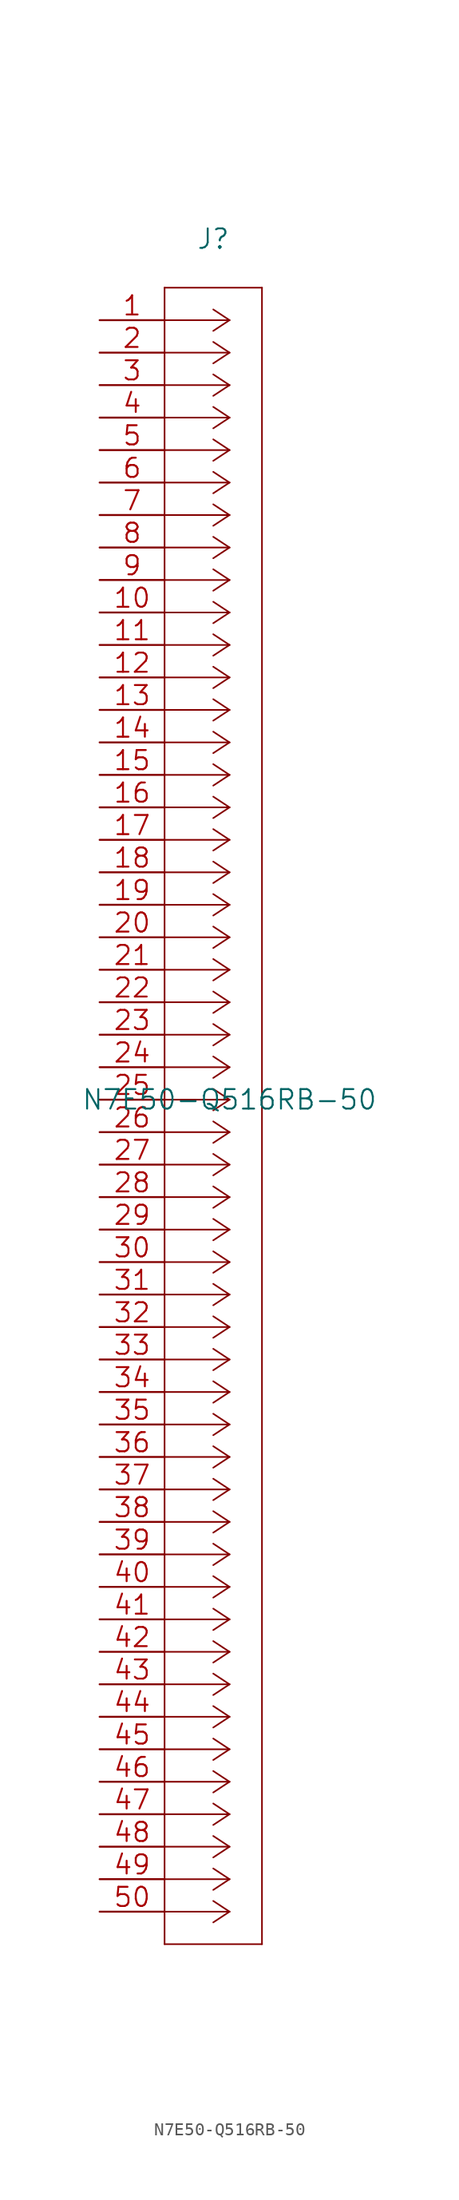
<source format=kicad_sym>
(kicad_symbol_lib
  (version 20220914)
  (generator kicad_symbol_editor)
  (symbol "N7E50-Q516RB-50"
    (pin_names
      (offset 0.254) hide)
    (property "Reference" "J"
      (at 8.89 6.35 0)
      (effects (font (size 1.524 1.524))))
    (property "Value" "N7E50-Q516RB-50"
      (at 10.16 -60.96 0)
      (effects (font (size 1.524 1.524))))
    (property "Datasheet" ""
      (at 0 0 0)
      (effects (font (size 1.524 1.524))))
    (property "ki_locked" ""
      (at 0 0 0)
      (effects (font (size 1.27 1.27))))
    (symbol "N7E50-Q516RB-50_1_1"
      (polyline (pts (xy 5.08 -127) (xy 12.7 -127)) (stroke (width 0.127) (type solid)) (fill (type none)))
      (polyline (pts (xy 5.08 2.54) (xy 5.08 -127)) (stroke (width 0.127) (type solid)) (fill (type none)))
      (polyline (pts (xy 10.16 -124.46) (xy 5.08 -124.46)) (stroke (width 0.127) (type solid)) (fill (type none)))
      (polyline (pts (xy 10.16 -124.46) (xy 8.89 -125.298)) (stroke (width 0.127) (type solid)) (fill (type none)))
      (polyline (pts (xy 10.16 -124.46) (xy 8.89 -123.622)) (stroke (width 0.127) (type solid)) (fill (type none)))
      (polyline (pts (xy 10.16 -121.92) (xy 5.08 -121.92)) (stroke (width 0.127) (type solid)) (fill (type none)))
      (polyline (pts (xy 10.16 -121.92) (xy 8.89 -122.758)) (stroke (width 0.127) (type solid)) (fill (type none)))
      (polyline (pts (xy 10.16 -121.92) (xy 8.89 -121.082)) (stroke (width 0.127) (type solid)) (fill (type none)))
      (polyline (pts (xy 10.16 -119.38) (xy 5.08 -119.38)) (stroke (width 0.127) (type solid)) (fill (type none)))
      (polyline (pts (xy 10.16 -119.38) (xy 8.89 -120.218)) (stroke (width 0.127) (type solid)) (fill (type none)))
      (polyline (pts (xy 10.16 -119.38) (xy 8.89 -118.542)) (stroke (width 0.127) (type solid)) (fill (type none)))
      (polyline (pts (xy 10.16 -116.84) (xy 5.08 -116.84)) (stroke (width 0.127) (type solid)) (fill (type none)))
      (polyline (pts (xy 10.16 -116.84) (xy 8.89 -117.678)) (stroke (width 0.127) (type solid)) (fill (type none)))
      (polyline (pts (xy 10.16 -116.84) (xy 8.89 -116.002)) (stroke (width 0.127) (type solid)) (fill (type none)))
      (polyline (pts (xy 10.16 -114.3) (xy 5.08 -114.3)) (stroke (width 0.127) (type solid)) (fill (type none)))
      (polyline (pts (xy 10.16 -114.3) (xy 8.89 -115.138)) (stroke (width 0.127) (type solid)) (fill (type none)))
      (polyline (pts (xy 10.16 -114.3) (xy 8.89 -113.462)) (stroke (width 0.127) (type solid)) (fill (type none)))
      (polyline (pts (xy 10.16 -111.76) (xy 5.08 -111.76)) (stroke (width 0.127) (type solid)) (fill (type none)))
      (polyline (pts (xy 10.16 -111.76) (xy 8.89 -112.598)) (stroke (width 0.127) (type solid)) (fill (type none)))
      (polyline (pts (xy 10.16 -111.76) (xy 8.89 -110.922)) (stroke (width 0.127) (type solid)) (fill (type none)))
      (polyline (pts (xy 10.16 -109.22) (xy 5.08 -109.22)) (stroke (width 0.127) (type solid)) (fill (type none)))
      (polyline (pts (xy 10.16 -109.22) (xy 8.89 -110.058)) (stroke (width 0.127) (type solid)) (fill (type none)))
      (polyline (pts (xy 10.16 -109.22) (xy 8.89 -108.382)) (stroke (width 0.127) (type solid)) (fill (type none)))
      (polyline (pts (xy 10.16 -106.68) (xy 5.08 -106.68)) (stroke (width 0.127) (type solid)) (fill (type none)))
      (polyline (pts (xy 10.16 -106.68) (xy 8.89 -107.518)) (stroke (width 0.127) (type solid)) (fill (type none)))
      (polyline (pts (xy 10.16 -106.68) (xy 8.89 -105.842)) (stroke (width 0.127) (type solid)) (fill (type none)))
      (polyline (pts (xy 10.16 -104.14) (xy 5.08 -104.14)) (stroke (width 0.127) (type solid)) (fill (type none)))
      (polyline (pts (xy 10.16 -104.14) (xy 8.89 -104.978)) (stroke (width 0.127) (type solid)) (fill (type none)))
      (polyline (pts (xy 10.16 -104.14) (xy 8.89 -103.302)) (stroke (width 0.127) (type solid)) (fill (type none)))
      (polyline (pts (xy 10.16 -101.6) (xy 5.08 -101.6)) (stroke (width 0.127) (type solid)) (fill (type none)))
      (polyline (pts (xy 10.16 -101.6) (xy 8.89 -102.438)) (stroke (width 0.127) (type solid)) (fill (type none)))
      (polyline (pts (xy 10.16 -101.6) (xy 8.89 -100.762)) (stroke (width 0.127) (type solid)) (fill (type none)))
      (polyline (pts (xy 10.16 -99.06) (xy 5.08 -99.06)) (stroke (width 0.127) (type solid)) (fill (type none)))
      (polyline (pts (xy 10.16 -99.06) (xy 8.89 -99.898)) (stroke (width 0.127) (type solid)) (fill (type none)))
      (polyline (pts (xy 10.16 -99.06) (xy 8.89 -98.222)) (stroke (width 0.127) (type solid)) (fill (type none)))
      (polyline (pts (xy 10.16 -96.52) (xy 5.08 -96.52)) (stroke (width 0.127) (type solid)) (fill (type none)))
      (polyline (pts (xy 10.16 -96.52) (xy 8.89 -97.358)) (stroke (width 0.127) (type solid)) (fill (type none)))
      (polyline (pts (xy 10.16 -96.52) (xy 8.89 -95.682)) (stroke (width 0.127) (type solid)) (fill (type none)))
      (polyline (pts (xy 10.16 -93.98) (xy 5.08 -93.98)) (stroke (width 0.127) (type solid)) (fill (type none)))
      (polyline (pts (xy 10.16 -93.98) (xy 8.89 -94.818)) (stroke (width 0.127) (type solid)) (fill (type none)))
      (polyline (pts (xy 10.16 -93.98) (xy 8.89 -93.142)) (stroke (width 0.127) (type solid)) (fill (type none)))
      (polyline (pts (xy 10.16 -91.44) (xy 5.08 -91.44)) (stroke (width 0.127) (type solid)) (fill (type none)))
      (polyline (pts (xy 10.16 -91.44) (xy 8.89 -92.278)) (stroke (width 0.127) (type solid)) (fill (type none)))
      (polyline (pts (xy 10.16 -91.44) (xy 8.89 -90.602)) (stroke (width 0.127) (type solid)) (fill (type none)))
      (polyline (pts (xy 10.16 -88.9) (xy 5.08 -88.9)) (stroke (width 0.127) (type solid)) (fill (type none)))
      (polyline (pts (xy 10.16 -88.9) (xy 8.89 -89.738)) (stroke (width 0.127) (type solid)) (fill (type none)))
      (polyline (pts (xy 10.16 -88.9) (xy 8.89 -88.062)) (stroke (width 0.127) (type solid)) (fill (type none)))
      (polyline (pts (xy 10.16 -86.36) (xy 5.08 -86.36)) (stroke (width 0.127) (type solid)) (fill (type none)))
      (polyline (pts (xy 10.16 -86.36) (xy 8.89 -87.198)) (stroke (width 0.127) (type solid)) (fill (type none)))
      (polyline (pts (xy 10.16 -86.36) (xy 8.89 -85.522)) (stroke (width 0.127) (type solid)) (fill (type none)))
      (polyline (pts (xy 10.16 -83.82) (xy 5.08 -83.82)) (stroke (width 0.127) (type solid)) (fill (type none)))
      (polyline (pts (xy 10.16 -83.82) (xy 8.89 -84.658)) (stroke (width 0.127) (type solid)) (fill (type none)))
      (polyline (pts (xy 10.16 -83.82) (xy 8.89 -82.982)) (stroke (width 0.127) (type solid)) (fill (type none)))
      (polyline (pts (xy 10.16 -81.28) (xy 5.08 -81.28)) (stroke (width 0.127) (type solid)) (fill (type none)))
      (polyline (pts (xy 10.16 -81.28) (xy 8.89 -82.118)) (stroke (width 0.127) (type solid)) (fill (type none)))
      (polyline (pts (xy 10.16 -81.28) (xy 8.89 -80.442)) (stroke (width 0.127) (type solid)) (fill (type none)))
      (polyline (pts (xy 10.16 -78.74) (xy 5.08 -78.74)) (stroke (width 0.127) (type solid)) (fill (type none)))
      (polyline (pts (xy 10.16 -78.74) (xy 8.89 -79.578)) (stroke (width 0.127) (type solid)) (fill (type none)))
      (polyline (pts (xy 10.16 -78.74) (xy 8.89 -77.902)) (stroke (width 0.127) (type solid)) (fill (type none)))
      (polyline (pts (xy 10.16 -76.2) (xy 5.08 -76.2)) (stroke (width 0.127) (type solid)) (fill (type none)))
      (polyline (pts (xy 10.16 -76.2) (xy 8.89 -77.038)) (stroke (width 0.127) (type solid)) (fill (type none)))
      (polyline (pts (xy 10.16 -76.2) (xy 8.89 -75.362)) (stroke (width 0.127) (type solid)) (fill (type none)))
      (polyline (pts (xy 10.16 -73.66) (xy 5.08 -73.66)) (stroke (width 0.127) (type solid)) (fill (type none)))
      (polyline (pts (xy 10.16 -73.66) (xy 8.89 -74.498)) (stroke (width 0.127) (type solid)) (fill (type none)))
      (polyline (pts (xy 10.16 -73.66) (xy 8.89 -72.822)) (stroke (width 0.127) (type solid)) (fill (type none)))
      (polyline (pts (xy 10.16 -71.12) (xy 5.08 -71.12)) (stroke (width 0.127) (type solid)) (fill (type none)))
      (polyline (pts (xy 10.16 -71.12) (xy 8.89 -71.958)) (stroke (width 0.127) (type solid)) (fill (type none)))
      (polyline (pts (xy 10.16 -71.12) (xy 8.89 -70.282)) (stroke (width 0.127) (type solid)) (fill (type none)))
      (polyline (pts (xy 10.16 -68.58) (xy 5.08 -68.58)) (stroke (width 0.127) (type solid)) (fill (type none)))
      (polyline (pts (xy 10.16 -68.58) (xy 8.89 -69.418)) (stroke (width 0.127) (type solid)) (fill (type none)))
      (polyline (pts (xy 10.16 -68.58) (xy 8.89 -67.742)) (stroke (width 0.127) (type solid)) (fill (type none)))
      (polyline (pts (xy 10.16 -66.04) (xy 5.08 -66.04)) (stroke (width 0.127) (type solid)) (fill (type none)))
      (polyline (pts (xy 10.16 -66.04) (xy 8.89 -66.878)) (stroke (width 0.127) (type solid)) (fill (type none)))
      (polyline (pts (xy 10.16 -66.04) (xy 8.89 -65.202)) (stroke (width 0.127) (type solid)) (fill (type none)))
      (polyline (pts (xy 10.16 -63.5) (xy 5.08 -63.5)) (stroke (width 0.127) (type solid)) (fill (type none)))
      (polyline (pts (xy 10.16 -63.5) (xy 8.89 -64.338)) (stroke (width 0.127) (type solid)) (fill (type none)))
      (polyline (pts (xy 10.16 -63.5) (xy 8.89 -62.662)) (stroke (width 0.127) (type solid)) (fill (type none)))
      (polyline (pts (xy 10.16 -60.96) (xy 5.08 -60.96)) (stroke (width 0.127) (type solid)) (fill (type none)))
      (polyline (pts (xy 10.16 -60.96) (xy 8.89 -61.798)) (stroke (width 0.127) (type solid)) (fill (type none)))
      (polyline (pts (xy 10.16 -60.96) (xy 8.89 -60.122)) (stroke (width 0.127) (type solid)) (fill (type none)))
      (polyline (pts (xy 10.16 -58.42) (xy 5.08 -58.42)) (stroke (width 0.127) (type solid)) (fill (type none)))
      (polyline (pts (xy 10.16 -58.42) (xy 8.89 -59.258)) (stroke (width 0.127) (type solid)) (fill (type none)))
      (polyline (pts (xy 10.16 -58.42) (xy 8.89 -57.582)) (stroke (width 0.127) (type solid)) (fill (type none)))
      (polyline (pts (xy 10.16 -55.88) (xy 5.08 -55.88)) (stroke (width 0.127) (type solid)) (fill (type none)))
      (polyline (pts (xy 10.16 -55.88) (xy 8.89 -56.718)) (stroke (width 0.127) (type solid)) (fill (type none)))
      (polyline (pts (xy 10.16 -55.88) (xy 8.89 -55.042)) (stroke (width 0.127) (type solid)) (fill (type none)))
      (polyline (pts (xy 10.16 -53.34) (xy 5.08 -53.34)) (stroke (width 0.127) (type solid)) (fill (type none)))
      (polyline (pts (xy 10.16 -53.34) (xy 8.89 -54.178)) (stroke (width 0.127) (type solid)) (fill (type none)))
      (polyline (pts (xy 10.16 -53.34) (xy 8.89 -52.502)) (stroke (width 0.127) (type solid)) (fill (type none)))
      (polyline (pts (xy 10.16 -50.8) (xy 5.08 -50.8)) (stroke (width 0.127) (type solid)) (fill (type none)))
      (polyline (pts (xy 10.16 -50.8) (xy 8.89 -51.638)) (stroke (width 0.127) (type solid)) (fill (type none)))
      (polyline (pts (xy 10.16 -50.8) (xy 8.89 -49.962)) (stroke (width 0.127) (type solid)) (fill (type none)))
      (polyline (pts (xy 10.16 -48.26) (xy 5.08 -48.26)) (stroke (width 0.127) (type solid)) (fill (type none)))
      (polyline (pts (xy 10.16 -48.26) (xy 8.89 -49.098)) (stroke (width 0.127) (type solid)) (fill (type none)))
      (polyline (pts (xy 10.16 -48.26) (xy 8.89 -47.422)) (stroke (width 0.127) (type solid)) (fill (type none)))
      (polyline (pts (xy 10.16 -45.72) (xy 5.08 -45.72)) (stroke (width 0.127) (type solid)) (fill (type none)))
      (polyline (pts (xy 10.16 -45.72) (xy 8.89 -46.558)) (stroke (width 0.127) (type solid)) (fill (type none)))
      (polyline (pts (xy 10.16 -45.72) (xy 8.89 -44.882)) (stroke (width 0.127) (type solid)) (fill (type none)))
      (polyline (pts (xy 10.16 -43.18) (xy 5.08 -43.18)) (stroke (width 0.127) (type solid)) (fill (type none)))
      (polyline (pts (xy 10.16 -43.18) (xy 8.89 -44.018)) (stroke (width 0.127) (type solid)) (fill (type none)))
      (polyline (pts (xy 10.16 -43.18) (xy 8.89 -42.342)) (stroke (width 0.127) (type solid)) (fill (type none)))
      (polyline (pts (xy 10.16 -40.64) (xy 5.08 -40.64)) (stroke (width 0.127) (type solid)) (fill (type none)))
      (polyline (pts (xy 10.16 -40.64) (xy 8.89 -41.478)) (stroke (width 0.127) (type solid)) (fill (type none)))
      (polyline (pts (xy 10.16 -40.64) (xy 8.89 -39.802)) (stroke (width 0.127) (type solid)) (fill (type none)))
      (polyline (pts (xy 10.16 -38.1) (xy 5.08 -38.1)) (stroke (width 0.127) (type solid)) (fill (type none)))
      (polyline (pts (xy 10.16 -38.1) (xy 8.89 -38.938)) (stroke (width 0.127) (type solid)) (fill (type none)))
      (polyline (pts (xy 10.16 -38.1) (xy 8.89 -37.262)) (stroke (width 0.127) (type solid)) (fill (type none)))
      (polyline (pts (xy 10.16 -35.56) (xy 5.08 -35.56)) (stroke (width 0.127) (type solid)) (fill (type none)))
      (polyline (pts (xy 10.16 -35.56) (xy 8.89 -36.398)) (stroke (width 0.127) (type solid)) (fill (type none)))
      (polyline (pts (xy 10.16 -35.56) (xy 8.89 -34.722)) (stroke (width 0.127) (type solid)) (fill (type none)))
      (polyline (pts (xy 10.16 -33.02) (xy 5.08 -33.02)) (stroke (width 0.127) (type solid)) (fill (type none)))
      (polyline (pts (xy 10.16 -33.02) (xy 8.89 -33.858)) (stroke (width 0.127) (type solid)) (fill (type none)))
      (polyline (pts (xy 10.16 -33.02) (xy 8.89 -32.182)) (stroke (width 0.127) (type solid)) (fill (type none)))
      (polyline (pts (xy 10.16 -30.48) (xy 5.08 -30.48)) (stroke (width 0.127) (type solid)) (fill (type none)))
      (polyline (pts (xy 10.16 -30.48) (xy 8.89 -31.318)) (stroke (width 0.127) (type solid)) (fill (type none)))
      (polyline (pts (xy 10.16 -30.48) (xy 8.89 -29.642)) (stroke (width 0.127) (type solid)) (fill (type none)))
      (polyline (pts (xy 10.16 -27.94) (xy 5.08 -27.94)) (stroke (width 0.127) (type solid)) (fill (type none)))
      (polyline (pts (xy 10.16 -27.94) (xy 8.89 -28.778)) (stroke (width 0.127) (type solid)) (fill (type none)))
      (polyline (pts (xy 10.16 -27.94) (xy 8.89 -27.102)) (stroke (width 0.127) (type solid)) (fill (type none)))
      (polyline (pts (xy 10.16 -25.4) (xy 5.08 -25.4)) (stroke (width 0.127) (type solid)) (fill (type none)))
      (polyline (pts (xy 10.16 -25.4) (xy 8.89 -26.238)) (stroke (width 0.127) (type solid)) (fill (type none)))
      (polyline (pts (xy 10.16 -25.4) (xy 8.89 -24.562)) (stroke (width 0.127) (type solid)) (fill (type none)))
      (polyline (pts (xy 10.16 -22.86) (xy 5.08 -22.86)) (stroke (width 0.127) (type solid)) (fill (type none)))
      (polyline (pts (xy 10.16 -22.86) (xy 8.89 -23.698)) (stroke (width 0.127) (type solid)) (fill (type none)))
      (polyline (pts (xy 10.16 -22.86) (xy 8.89 -22.022)) (stroke (width 0.127) (type solid)) (fill (type none)))
      (polyline (pts (xy 10.16 -20.32) (xy 5.08 -20.32)) (stroke (width 0.127) (type solid)) (fill (type none)))
      (polyline (pts (xy 10.16 -20.32) (xy 8.89 -21.158)) (stroke (width 0.127) (type solid)) (fill (type none)))
      (polyline (pts (xy 10.16 -20.32) (xy 8.89 -19.482)) (stroke (width 0.127) (type solid)) (fill (type none)))
      (polyline (pts (xy 10.16 -17.78) (xy 5.08 -17.78)) (stroke (width 0.127) (type solid)) (fill (type none)))
      (polyline (pts (xy 10.16 -17.78) (xy 8.89 -18.618)) (stroke (width 0.127) (type solid)) (fill (type none)))
      (polyline (pts (xy 10.16 -17.78) (xy 8.89 -16.942)) (stroke (width 0.127) (type solid)) (fill (type none)))
      (polyline (pts (xy 10.16 -15.24) (xy 5.08 -15.24)) (stroke (width 0.127) (type solid)) (fill (type none)))
      (polyline (pts (xy 10.16 -15.24) (xy 8.89 -16.078)) (stroke (width 0.127) (type solid)) (fill (type none)))
      (polyline (pts (xy 10.16 -15.24) (xy 8.89 -14.402)) (stroke (width 0.127) (type solid)) (fill (type none)))
      (polyline (pts (xy 10.16 -12.7) (xy 5.08 -12.7)) (stroke (width 0.127) (type solid)) (fill (type none)))
      (polyline (pts (xy 10.16 -12.7) (xy 8.89 -13.538)) (stroke (width 0.127) (type solid)) (fill (type none)))
      (polyline (pts (xy 10.16 -12.7) (xy 8.89 -11.862)) (stroke (width 0.127) (type solid)) (fill (type none)))
      (polyline (pts (xy 10.16 -10.16) (xy 5.08 -10.16)) (stroke (width 0.127) (type solid)) (fill (type none)))
      (polyline (pts (xy 10.16 -10.16) (xy 8.89 -10.998)) (stroke (width 0.127) (type solid)) (fill (type none)))
      (polyline (pts (xy 10.16 -10.16) (xy 8.89 -9.322)) (stroke (width 0.127) (type solid)) (fill (type none)))
      (polyline (pts (xy 10.16 -7.62) (xy 5.08 -7.62)) (stroke (width 0.127) (type solid)) (fill (type none)))
      (polyline (pts (xy 10.16 -7.62) (xy 8.89 -8.458)) (stroke (width 0.127) (type solid)) (fill (type none)))
      (polyline (pts (xy 10.16 -7.62) (xy 8.89 -6.782)) (stroke (width 0.127) (type solid)) (fill (type none)))
      (polyline (pts (xy 10.16 -5.08) (xy 5.08 -5.08)) (stroke (width 0.127) (type solid)) (fill (type none)))
      (polyline (pts (xy 10.16 -5.08) (xy 8.89 -5.918)) (stroke (width 0.127) (type solid)) (fill (type none)))
      (polyline (pts (xy 10.16 -5.08) (xy 8.89 -4.242)) (stroke (width 0.127) (type solid)) (fill (type none)))
      (polyline (pts (xy 10.16 -2.54) (xy 5.08 -2.54)) (stroke (width 0.127) (type solid)) (fill (type none)))
      (polyline (pts (xy 10.16 -2.54) (xy 8.89 -3.378)) (stroke (width 0.127) (type solid)) (fill (type none)))
      (polyline (pts (xy 10.16 -2.54) (xy 8.89 -1.702)) (stroke (width 0.127) (type solid)) (fill (type none)))
      (polyline (pts (xy 10.16 0) (xy 5.08 0)) (stroke (width 0.127) (type solid)) (fill (type none)))
      (polyline (pts (xy 10.16 0) (xy 8.89 -0.838)) (stroke (width 0.127) (type solid)) (fill (type none)))
      (polyline (pts (xy 10.16 0) (xy 8.89 0.838)) (stroke (width 0.127) (type solid)) (fill (type none)))
      (polyline (pts (xy 12.7 -127) (xy 12.7 2.54)) (stroke (width 0.127) (type solid)) (fill (type none)))
      (polyline (pts (xy 12.7 2.54) (xy 5.08 2.54)) (stroke (width 0.127) (type solid)) (fill (type none)))
      (pin passive line (at 0 0 0) (length 5.08) (name "1" (effects (font (size 1.499 1.499)))) (number "1" (effects (font (size 1.499 1.499)))))
      (pin passive line (at 0 -22.86 0) (length 5.08) (name "10" (effects (font (size 1.499 1.499)))) (number "10" (effects (font (size 1.499 1.499)))))
      (pin passive line (at 0 -25.4 0) (length 5.08) (name "11" (effects (font (size 1.499 1.499)))) (number "11" (effects (font (size 1.499 1.499)))))
      (pin passive line (at 0 -27.94 0) (length 5.08) (name "12" (effects (font (size 1.499 1.499)))) (number "12" (effects (font (size 1.499 1.499)))))
      (pin passive line (at 0 -30.48 0) (length 5.08) (name "13" (effects (font (size 1.499 1.499)))) (number "13" (effects (font (size 1.499 1.499)))))
      (pin passive line (at 0 -33.02 0) (length 5.08) (name "14" (effects (font (size 1.499 1.499)))) (number "14" (effects (font (size 1.499 1.499)))))
      (pin passive line (at 0 -35.56 0) (length 5.08) (name "15" (effects (font (size 1.499 1.499)))) (number "15" (effects (font (size 1.499 1.499)))))
      (pin passive line (at 0 -38.1 0) (length 5.08) (name "16" (effects (font (size 1.499 1.499)))) (number "16" (effects (font (size 1.499 1.499)))))
      (pin passive line (at 0 -40.64 0) (length 5.08) (name "17" (effects (font (size 1.499 1.499)))) (number "17" (effects (font (size 1.499 1.499)))))
      (pin passive line (at 0 -43.18 0) (length 5.08) (name "18" (effects (font (size 1.499 1.499)))) (number "18" (effects (font (size 1.499 1.499)))))
      (pin passive line (at 0 -45.72 0) (length 5.08) (name "19" (effects (font (size 1.499 1.499)))) (number "19" (effects (font (size 1.499 1.499)))))
      (pin passive line (at 0 -2.54 0) (length 5.08) (name "2" (effects (font (size 1.499 1.499)))) (number "2" (effects (font (size 1.499 1.499)))))
      (pin passive line (at 0 -48.26 0) (length 5.08) (name "20" (effects (font (size 1.499 1.499)))) (number "20" (effects (font (size 1.499 1.499)))))
      (pin passive line (at 0 -50.8 0) (length 5.08) (name "21" (effects (font (size 1.499 1.499)))) (number "21" (effects (font (size 1.499 1.499)))))
      (pin passive line (at 0 -53.34 0) (length 5.08) (name "22" (effects (font (size 1.499 1.499)))) (number "22" (effects (font (size 1.499 1.499)))))
      (pin passive line (at 0 -55.88 0) (length 5.08) (name "23" (effects (font (size 1.499 1.499)))) (number "23" (effects (font (size 1.499 1.499)))))
      (pin passive line (at 0 -58.42 0) (length 5.08) (name "24" (effects (font (size 1.499 1.499)))) (number "24" (effects (font (size 1.499 1.499)))))
      (pin passive line (at 0 -60.96 0) (length 5.08) (name "25" (effects (font (size 1.499 1.499)))) (number "25" (effects (font (size 1.499 1.499)))))
      (pin passive line (at 0 -63.5 0) (length 5.08) (name "26" (effects (font (size 1.499 1.499)))) (number "26" (effects (font (size 1.499 1.499)))))
      (pin passive line (at 0 -66.04 0) (length 5.08) (name "27" (effects (font (size 1.499 1.499)))) (number "27" (effects (font (size 1.499 1.499)))))
      (pin passive line (at 0 -68.58 0) (length 5.08) (name "28" (effects (font (size 1.499 1.499)))) (number "28" (effects (font (size 1.499 1.499)))))
      (pin passive line (at 0 -71.12 0) (length 5.08) (name "29" (effects (font (size 1.499 1.499)))) (number "29" (effects (font (size 1.499 1.499)))))
      (pin passive line (at 0 -5.08 0) (length 5.08) (name "3" (effects (font (size 1.499 1.499)))) (number "3" (effects (font (size 1.499 1.499)))))
      (pin passive line (at 0 -73.66 0) (length 5.08) (name "30" (effects (font (size 1.499 1.499)))) (number "30" (effects (font (size 1.499 1.499)))))
      (pin passive line (at 0 -76.2 0) (length 5.08) (name "31" (effects (font (size 1.499 1.499)))) (number "31" (effects (font (size 1.499 1.499)))))
      (pin passive line (at 0 -78.74 0) (length 5.08) (name "32" (effects (font (size 1.499 1.499)))) (number "32" (effects (font (size 1.499 1.499)))))
      (pin passive line (at 0 -81.28 0) (length 5.08) (name "33" (effects (font (size 1.499 1.499)))) (number "33" (effects (font (size 1.499 1.499)))))
      (pin passive line (at 0 -83.82 0) (length 5.08) (name "34" (effects (font (size 1.499 1.499)))) (number "34" (effects (font (size 1.499 1.499)))))
      (pin passive line (at 0 -86.36 0) (length 5.08) (name "35" (effects (font (size 1.499 1.499)))) (number "35" (effects (font (size 1.499 1.499)))))
      (pin passive line (at 0 -88.9 0) (length 5.08) (name "36" (effects (font (size 1.499 1.499)))) (number "36" (effects (font (size 1.499 1.499)))))
      (pin passive line (at 0 -91.44 0) (length 5.08) (name "37" (effects (font (size 1.499 1.499)))) (number "37" (effects (font (size 1.499 1.499)))))
      (pin passive line (at 0 -93.98 0) (length 5.08) (name "38" (effects (font (size 1.499 1.499)))) (number "38" (effects (font (size 1.499 1.499)))))
      (pin passive line (at 0 -96.52 0) (length 5.08) (name "39" (effects (font (size 1.499 1.499)))) (number "39" (effects (font (size 1.499 1.499)))))
      (pin passive line (at 0 -7.62 0) (length 5.08) (name "4" (effects (font (size 1.499 1.499)))) (number "4" (effects (font (size 1.499 1.499)))))
      (pin passive line (at 0 -99.06 0) (length 5.08) (name "40" (effects (font (size 1.499 1.499)))) (number "40" (effects (font (size 1.499 1.499)))))
      (pin passive line (at 0 -101.6 0) (length 5.08) (name "41" (effects (font (size 1.499 1.499)))) (number "41" (effects (font (size 1.499 1.499)))))
      (pin passive line (at 0 -104.14 0) (length 5.08) (name "42" (effects (font (size 1.499 1.499)))) (number "42" (effects (font (size 1.499 1.499)))))
      (pin passive line (at 0 -106.68 0) (length 5.08) (name "43" (effects (font (size 1.499 1.499)))) (number "43" (effects (font (size 1.499 1.499)))))
      (pin passive line (at 0 -109.22 0) (length 5.08) (name "44" (effects (font (size 1.499 1.499)))) (number "44" (effects (font (size 1.499 1.499)))))
      (pin passive line (at 0 -111.76 0) (length 5.08) (name "45" (effects (font (size 1.499 1.499)))) (number "45" (effects (font (size 1.499 1.499)))))
      (pin passive line (at 0 -114.3 0) (length 5.08) (name "46" (effects (font (size 1.499 1.499)))) (number "46" (effects (font (size 1.499 1.499)))))
      (pin passive line (at 0 -116.84 0) (length 5.08) (name "47" (effects (font (size 1.499 1.499)))) (number "47" (effects (font (size 1.499 1.499)))))
      (pin passive line (at 0 -119.38 0) (length 5.08) (name "48" (effects (font (size 1.499 1.499)))) (number "48" (effects (font (size 1.499 1.499)))))
      (pin passive line (at 0 -121.92 0) (length 5.08) (name "49" (effects (font (size 1.499 1.499)))) (number "49" (effects (font (size 1.499 1.499)))))
      (pin passive line (at 0 -10.16 0) (length 5.08) (name "5" (effects (font (size 1.499 1.499)))) (number "5" (effects (font (size 1.499 1.499)))))
      (pin passive line (at 0 -124.46 0) (length 5.08) (name "50" (effects (font (size 1.499 1.499)))) (number "50" (effects (font (size 1.499 1.499)))))
      (pin passive line (at 0 -12.7 0) (length 5.08) (name "6" (effects (font (size 1.499 1.499)))) (number "6" (effects (font (size 1.499 1.499)))))
      (pin passive line (at 0 -15.24 0) (length 5.08) (name "7" (effects (font (size 1.499 1.499)))) (number "7" (effects (font (size 1.499 1.499)))))
      (pin passive line (at 0 -17.78 0) (length 5.08) (name "8" (effects (font (size 1.499 1.499)))) (number "8" (effects (font (size 1.499 1.499)))))
      (pin passive line (at 0 -20.32 0) (length 5.08) (name "9" (effects (font (size 1.499 1.499)))) (number "9" (effects (font (size 1.499 1.499))))))))
</source>
